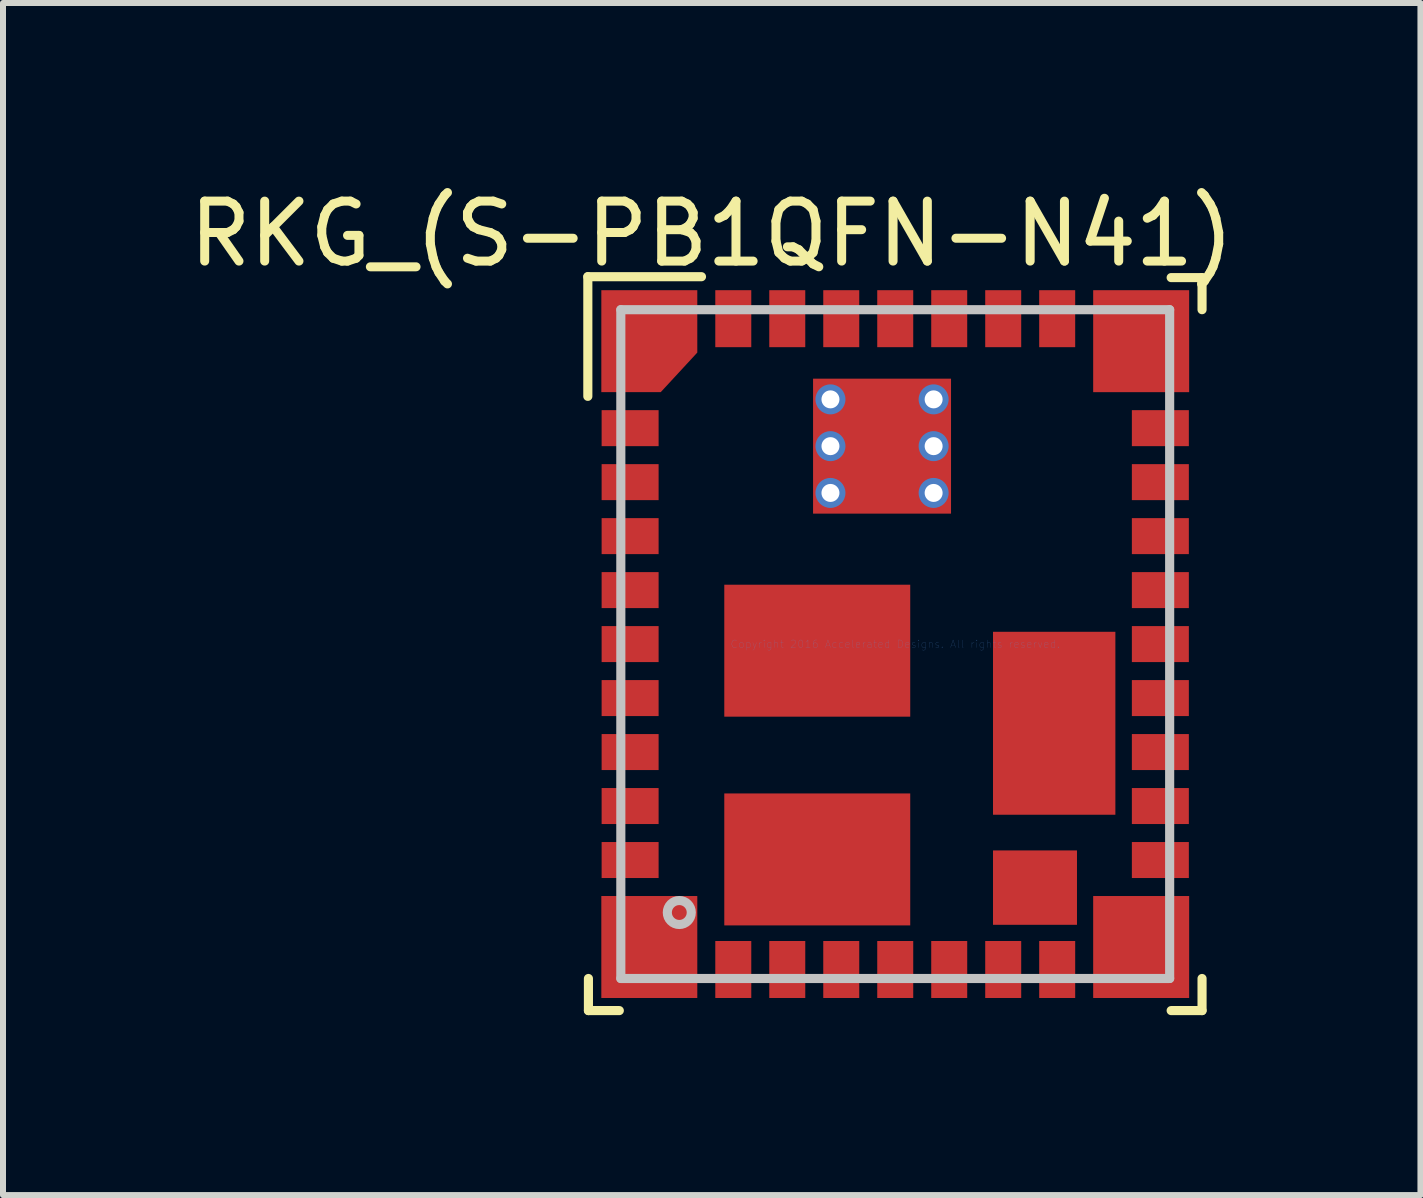
<source format=kicad_pcb>
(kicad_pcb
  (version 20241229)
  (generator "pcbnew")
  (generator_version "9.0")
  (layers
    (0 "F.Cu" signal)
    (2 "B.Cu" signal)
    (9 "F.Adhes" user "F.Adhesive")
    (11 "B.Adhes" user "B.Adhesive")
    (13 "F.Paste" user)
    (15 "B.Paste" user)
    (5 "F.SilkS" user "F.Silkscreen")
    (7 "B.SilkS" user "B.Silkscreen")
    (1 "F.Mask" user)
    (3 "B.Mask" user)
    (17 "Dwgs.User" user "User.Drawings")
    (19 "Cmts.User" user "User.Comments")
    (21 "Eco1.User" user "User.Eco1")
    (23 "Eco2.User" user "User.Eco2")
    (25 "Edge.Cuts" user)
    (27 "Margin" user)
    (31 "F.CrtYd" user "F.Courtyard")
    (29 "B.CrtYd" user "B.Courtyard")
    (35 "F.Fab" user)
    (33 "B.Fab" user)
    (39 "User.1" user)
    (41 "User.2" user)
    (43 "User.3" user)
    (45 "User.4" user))
  (footprint "RKG_(S-PB1QFN-N41)"
    (layer "F.Cu")
    (at 11.875 7.688)
    (property "Reference" "RKG_(S-PB1QFN-N41)" (at -3.06 -6.84 0) (layer "F.SilkS") (effects (font (size 1 1) (thickness 0.15))))
    (attr smd)
    (fp_line (start -5.125 -6.125) (end -3.23 -6.125) (stroke (width 0.152) (type solid)) (layer "F.SilkS"))
    (fp_line (start -5.125 -4.13) (end -5.125 -6.125) (stroke (width 0.152) (type solid)) (layer "F.SilkS"))
    (fp_line (start -5.115 6.11) (end -5.115 5.575) (stroke (width 0.152) (type solid)) (layer "F.SilkS"))
    (fp_line (start -5.115 6.11) (end -4.6 6.11) (stroke (width 0.152) (type solid)) (layer "F.SilkS"))
    (fp_line (start 4.6 -6.11) (end 5.115 -6.11) (stroke (width 0.152) (type solid)) (layer "F.SilkS"))
    (fp_line (start 4.6 6.11) (end 5.115 6.11) (stroke (width 0.152) (type solid)) (layer "F.SilkS"))
    (fp_line (start 5.115 -5.575) (end 5.115 -6.11) (stroke (width 0.152) (type solid)) (layer "F.SilkS"))
    (fp_line (start 5.115 6.11) (end 5.115 5.575) (stroke (width 0.152) (type solid)) (layer "F.SilkS"))
    (fp_line (start -4.575 -5.575) (end 4.575 -5.575) (stroke (width 0.152) (type solid)) (layer "Dwgs.User"))
    (fp_line (start -4.575 5.575) (end -4.575 -5.575) (stroke (width 0.152) (type solid)) (layer "Dwgs.User"))
    (fp_line (start -4.575 5.575) (end 4.575 5.575) (stroke (width 0.152) (type solid)) (layer "Dwgs.User"))
    (fp_line (start 4.575 5.575) (end 4.575 -5.575) (stroke (width 0.152) (type solid)) (layer "Dwgs.User"))
    (fp_circle (center -3.6 4.475) (end -3.4 4.475) (stroke (width 0.152) (type solid)) (fill no) (layer "Dwgs.User"))
    (fp_text user "Copyright 2016 Accelerated Designs. All rights reserved." (at 0 0 0) (layer "Cmts.User") (effects (font (size 0.127 0.127) (thickness 0.002))))
    (pad "" smd rect (at -4.42 -3.6) (size 0.001 0.001) (layers "F.Paste"))
    (pad "" smd rect (at -4.42 -3.6) (size 1.052 0.702) (layers "F.Mask"))
    (pad "" smd rect (at -4.42 -2.7) (size 0.001 0.001) (layers "F.Paste"))
    (pad "" smd rect (at -4.42 -2.7) (size 1.052 0.702) (layers "F.Mask"))
    (pad "" smd rect (at -4.42 -1.8) (size 0.001 0.001) (layers "F.Paste"))
    (pad "" smd rect (at -4.42 -1.8) (size 1.052 0.702) (layers "F.Mask"))
    (pad "" smd rect (at -4.42 -0.9) (size 0.001 0.001) (layers "F.Paste"))
    (pad "" smd rect (at -4.42 -0.9) (size 1.052 0.702) (layers "F.Mask"))
    (pad "" smd rect (at -4.42 0) (size 0.001 0.001) (layers "F.Paste"))
    (pad "" smd rect (at -4.42 0) (size 1.052 0.702) (layers "F.Mask"))
    (pad "" smd rect (at -4.42 0.9) (size 0.001 0.001) (layers "F.Paste"))
    (pad "" smd rect (at -4.42 0.9) (size 1.052 0.702) (layers "F.Mask"))
    (pad "" smd rect (at -4.42 1.8) (size 0.001 0.001) (layers "F.Paste"))
    (pad "" smd rect (at -4.42 1.8) (size 1.052 0.702) (layers "F.Mask"))
    (pad "" smd rect (at -4.42 2.7) (size 0.001 0.001) (layers "F.Paste"))
    (pad "" smd rect (at -4.42 2.7) (size 1.052 0.702) (layers "F.Mask"))
    (pad "" smd rect (at -4.42 3.6) (size 0.001 0.001) (layers "F.Paste"))
    (pad "" smd rect (at -4.42 3.6) (size 1.052 0.702) (layers "F.Mask"))
    (pad "" smd rect (at -4.1 5.05 90) (size 0.001 0.001) (layers "F.Paste"))
    (pad "" smd rect (at -4.1 5.05 90) (size 1.802 1.702) (layers "F.Mask"))
    (pad "" smd rect (at -2.7 -5.425 90) (size 0.001 0.001) (layers "F.Paste"))
    (pad "" smd rect (at -2.7 -5.425 90) (size 1.052 0.702) (layers "F.Mask"))
    (pad "" smd rect (at -2.7 5.425 90) (size 0.001 0.001) (layers "F.Paste"))
    (pad "" smd rect (at -2.7 5.425 90) (size 1.052 0.702) (layers "F.Mask"))
    (pad "" smd rect (at -1.8 -5.425 90) (size 0.001 0.001) (layers "F.Paste"))
    (pad "" smd rect (at -1.8 -5.425 90) (size 1.052 0.702) (layers "F.Mask"))
    (pad "" smd rect (at -1.8 5.425 90) (size 0.001 0.001) (layers "F.Paste"))
    (pad "" smd rect (at -1.8 5.425 90) (size 1.052 0.702) (layers "F.Mask"))
    (pad "" smd rect (at -1.3 0.11) (size 0.001 0.001) (layers "F.Paste"))
    (pad "" smd rect (at -1.3 0.11) (size 3.202 2.302) (layers "F.Mask"))
    (pad "" smd rect (at -1.3 3.59) (size 0.001 0.001) (layers "F.Paste"))
    (pad "" smd rect (at -1.3 3.59) (size 3.202 2.302) (layers "F.Mask"))
    (pad "" smd rect (at -0.9 -5.425 90) (size 0.001 0.001) (layers "F.Paste"))
    (pad "" smd rect (at -0.9 -5.425 90) (size 1.052 0.702) (layers "F.Mask"))
    (pad "" smd rect (at -0.9 5.425 90) (size 0.001 0.001) (layers "F.Paste"))
    (pad "" smd rect (at -0.9 5.425 90) (size 1.052 0.702) (layers "F.Mask"))
    (pad "" smd rect (at -0.22 -3.3 90) (size 0.001 0.001) (layers "F.Paste"))
    (pad "" smd rect (at -0.22 -3.3 90) (size 2.352 2.402) (layers "F.Mask"))
    (pad "" smd rect (at 0 -5.425 90) (size 0.001 0.001) (layers "F.Paste"))
    (pad "" smd rect (at 0 -5.425 90) (size 1.052 0.702) (layers "F.Mask"))
    (pad "" smd rect (at 0 5.425 90) (size 0.001 0.001) (layers "F.Paste"))
    (pad "" smd rect (at 0 5.425 90) (size 1.052 0.702) (layers "F.Mask"))
    (pad "" smd rect (at 0.9 -5.425 90) (size 0.001 0.001) (layers "F.Paste"))
    (pad "" smd rect (at 0.9 -5.425 90) (size 1.052 0.702) (layers "F.Mask"))
    (pad "" smd rect (at 0.9 5.425 90) (size 0.001 0.001) (layers "F.Paste"))
    (pad "" smd rect (at 0.9 5.425 90) (size 1.052 0.702) (layers "F.Mask"))
    (pad "" smd rect (at 1.8 -5.425 90) (size 0.001 0.001) (layers "F.Paste"))
    (pad "" smd rect (at 1.8 -5.425 90) (size 1.052 0.702) (layers "F.Mask"))
    (pad "" smd rect (at 1.8 5.425 90) (size 0.001 0.001) (layers "F.Paste"))
    (pad "" smd rect (at 1.8 5.425 90) (size 1.052 0.702) (layers "F.Mask"))
    (pad "" smd rect (at 2.33 4.06) (size 0.001 0.001) (layers "F.Paste"))
    (pad "" smd rect (at 2.33 4.06) (size 1.502 1.342) (layers "F.Mask"))
    (pad "" smd rect (at 2.65 1.32 90) (size 0.001 0.001) (layers "F.Paste"))
    (pad "" smd rect (at 2.65 1.32 90) (size 3.152 2.142) (layers "F.Mask"))
    (pad "" smd rect (at 2.7 -5.425 90) (size 0.001 0.001) (layers "F.Paste"))
    (pad "" smd rect (at 2.7 -5.425 90) (size 1.052 0.702) (layers "F.Mask"))
    (pad "" smd rect (at 2.7 5.425 90) (size 0.001 0.001) (layers "F.Paste"))
    (pad "" smd rect (at 2.7 5.425 90) (size 1.052 0.702) (layers "F.Mask"))
    (pad "" smd rect (at 4.1 -5.05 90) (size 0.001 0.001) (layers "F.Paste"))
    (pad "" smd rect (at 4.1 -5.05 90) (size 1.802 1.702) (layers "F.Mask"))
    (pad "" smd rect (at 4.1 5.05 90) (size 0.001 0.001) (layers "F.Paste"))
    (pad "" smd rect (at 4.1 5.05 90) (size 1.802 1.702) (layers "F.Mask"))
    (pad "" smd rect (at 4.42 -3.6) (size 0.001 0.001) (layers "F.Paste"))
    (pad "" smd rect (at 4.42 -3.6) (size 1.052 0.702) (layers "F.Mask"))
    (pad "" smd rect (at 4.42 -2.7) (size 0.001 0.001) (layers "F.Paste"))
    (pad "" smd rect (at 4.42 -2.7) (size 1.052 0.702) (layers "F.Mask"))
    (pad "" smd rect (at 4.42 -1.8) (size 0.001 0.001) (layers "F.Paste"))
    (pad "" smd rect (at 4.42 -1.8) (size 1.052 0.702) (layers "F.Mask"))
    (pad "" smd rect (at 4.42 -0.9) (size 0.001 0.001) (layers "F.Paste"))
    (pad "" smd rect (at 4.42 -0.9) (size 1.052 0.702) (layers "F.Mask"))
    (pad "" smd rect (at 4.42 0) (size 0.001 0.001) (layers "F.Paste"))
    (pad "" smd rect (at 4.42 0) (size 1.052 0.702) (layers "F.Mask"))
    (pad "" smd rect (at 4.42 0.9) (size 0.001 0.001) (layers "F.Paste"))
    (pad "" smd rect (at 4.42 0.9) (size 1.052 0.702) (layers "F.Mask"))
    (pad "" smd rect (at 4.42 1.8) (size 0.001 0.001) (layers "F.Paste"))
    (pad "" smd rect (at 4.42 1.8) (size 1.052 0.702) (layers "F.Mask"))
    (pad "" smd rect (at 4.42 2.7) (size 0.001 0.001) (layers "F.Paste"))
    (pad "" smd rect (at 4.42 2.7) (size 1.052 0.702) (layers "F.Mask"))
    (pad "" smd rect (at 4.42 3.6) (size 0.001 0.001) (layers "F.Paste"))
    (pad "" smd rect (at 4.42 3.6) (size 1.052 0.702) (layers "F.Mask"))
    (pad "1" smd custom (at -4.1 -5.05) (size 0.6 0.6) (layers "F.Cu" "F.Mask" "F.Paste") (options (anchor rect)) (primitives (gr_poly (pts (xy -0.8 -0.85) (xy 0.8 -0.85) (xy 0.8 0.19) (xy 0.19 0.85) (xy -0.8 0.85)) (width 0) (fill yes))))
    (pad "2" smd rect (at -4.42 -3.6) (size 0.95 0.6) (layers "F.Cu"))
    (pad "3" smd rect (at -4.42 -2.7) (size 0.95 0.6) (layers "F.Cu"))
    (pad "4" smd rect (at -4.42 -1.8) (size 0.95 0.6) (layers "F.Cu"))
    (pad "5" smd rect (at -4.42 -0.9) (size 0.95 0.6) (layers "F.Cu"))
    (pad "6" smd rect (at -4.42 0) (size 0.95 0.6) (layers "F.Cu"))
    (pad "7" smd rect (at -4.42 0.9) (size 0.95 0.6) (layers "F.Cu"))
    (pad "8" smd rect (at -4.42 1.8) (size 0.95 0.6) (layers "F.Cu"))
    (pad "9" smd rect (at -4.42 2.7) (size 0.95 0.6) (layers "F.Cu"))
    (pad "10" smd rect (at -4.42 3.6) (size 0.95 0.6) (layers "F.Cu"))
    (pad "11" smd rect (at -4.1 5.05 90) (size 1.7 1.6) (layers "F.Cu"))
    (pad "12" smd rect (at -2.7 5.425 90) (size 0.95 0.6) (layers "F.Cu"))
    (pad "13" smd rect (at -1.8 5.425 90) (size 0.95 0.6) (layers "F.Cu"))
    (pad "14" smd rect (at -0.9 5.425 90) (size 0.95 0.6) (layers "F.Cu"))
    (pad "15" smd rect (at 0 5.425 90) (size 0.95 0.6) (layers "F.Cu"))
    (pad "16" smd rect (at 0.9 5.425 90) (size 0.95 0.6) (layers "F.Cu"))
    (pad "17" smd rect (at 1.8 5.425 90) (size 0.95 0.6) (layers "F.Cu"))
    (pad "18" smd rect (at 2.7 5.425 90) (size 0.95 0.6) (layers "F.Cu"))
    (pad "19" smd rect (at 4.1 5.05 90) (size 1.7 1.6) (layers "F.Cu"))
    (pad "20" smd rect (at 4.42 3.6) (size 0.95 0.6) (layers "F.Cu"))
    (pad "21" smd rect (at 4.42 2.7) (size 0.95 0.6) (layers "F.Cu"))
    (pad "22" smd rect (at 4.42 1.8) (size 0.95 0.6) (layers "F.Cu"))
    (pad "23" smd rect (at 4.42 0.9) (size 0.95 0.6) (layers "F.Cu"))
    (pad "24" smd rect (at 4.42 0) (size 0.95 0.6) (layers "F.Cu"))
    (pad "25" smd rect (at 4.42 -0.9) (size 0.95 0.6) (layers "F.Cu"))
    (pad "26" smd rect (at 4.42 -1.8) (size 0.95 0.6) (layers "F.Cu"))
    (pad "27" smd rect (at 4.42 -2.7) (size 0.95 0.6) (layers "F.Cu"))
    (pad "28" smd rect (at 4.42 -3.6) (size 0.95 0.6) (layers "F.Cu"))
    (pad "29" smd rect (at 4.1 -5.05 90) (size 1.7 1.6) (layers "F.Cu"))
    (pad "30" smd rect (at 2.7 -5.425 90) (size 0.95 0.6) (layers "F.Cu"))
    (pad "31" smd rect (at 1.8 -5.425 90) (size 0.95 0.6) (layers "F.Cu"))
    (pad "32" smd rect (at 0.9 -5.425 90) (size 0.95 0.6) (layers "F.Cu"))
    (pad "33" smd rect (at 0 -5.425 90) (size 0.95 0.6) (layers "F.Cu"))
    (pad "34" smd rect (at -0.9 -5.425 90) (size 0.95 0.6) (layers "F.Cu"))
    (pad "35" smd rect (at -1.8 -5.425 90) (size 0.95 0.6) (layers "F.Cu"))
    (pad "36" smd rect (at -2.7 -5.425 90) (size 0.95 0.6) (layers "F.Cu"))
    (pad "37" thru_hole circle (at -1.08 -4.08) (size 0.5 0.5) (drill 0.3) (layers "*.Cu"))
    (pad "37" thru_hole circle (at -1.08 -3.3) (size 0.5 0.5) (drill 0.3) (layers "*.Cu"))
    (pad "37" thru_hole circle (at -1.08 -2.52) (size 0.5 0.5) (drill 0.3) (layers "*.Cu"))
    (pad "37" smd rect (at -0.22 -3.3 90) (size 2.25 2.3) (layers "F.Cu"))
    (pad "37" thru_hole circle (at 0.64 -4.08) (size 0.5 0.5) (drill 0.3) (layers "*.Cu"))
    (pad "37" thru_hole circle (at 0.64 -3.3) (size 0.5 0.5) (drill 0.3) (layers "*.Cu"))
    (pad "37" thru_hole circle (at 0.64 -2.52) (size 0.5 0.5) (drill 0.3) (layers "*.Cu"))
    (pad "38" smd rect (at -1.3 0.11) (size 3.1 2.2) (layers "F.Cu"))
    (pad "39" smd rect (at -1.3 3.59) (size 3.1 2.2) (layers "F.Cu"))
    (pad "40" smd rect (at 2.33 4.06) (size 1.4 1.24) (layers "F.Cu"))
    (pad "41" smd rect (at 2.65 1.32 90) (size 3.05 2.04) (layers "F.Cu")))
  (gr_rect
    (start -3 -3)
    (end 20.631 16.874)
    (stroke (width 0.1) (type default))
    (fill no)
    (layer "Edge.Cuts")))
</source>
